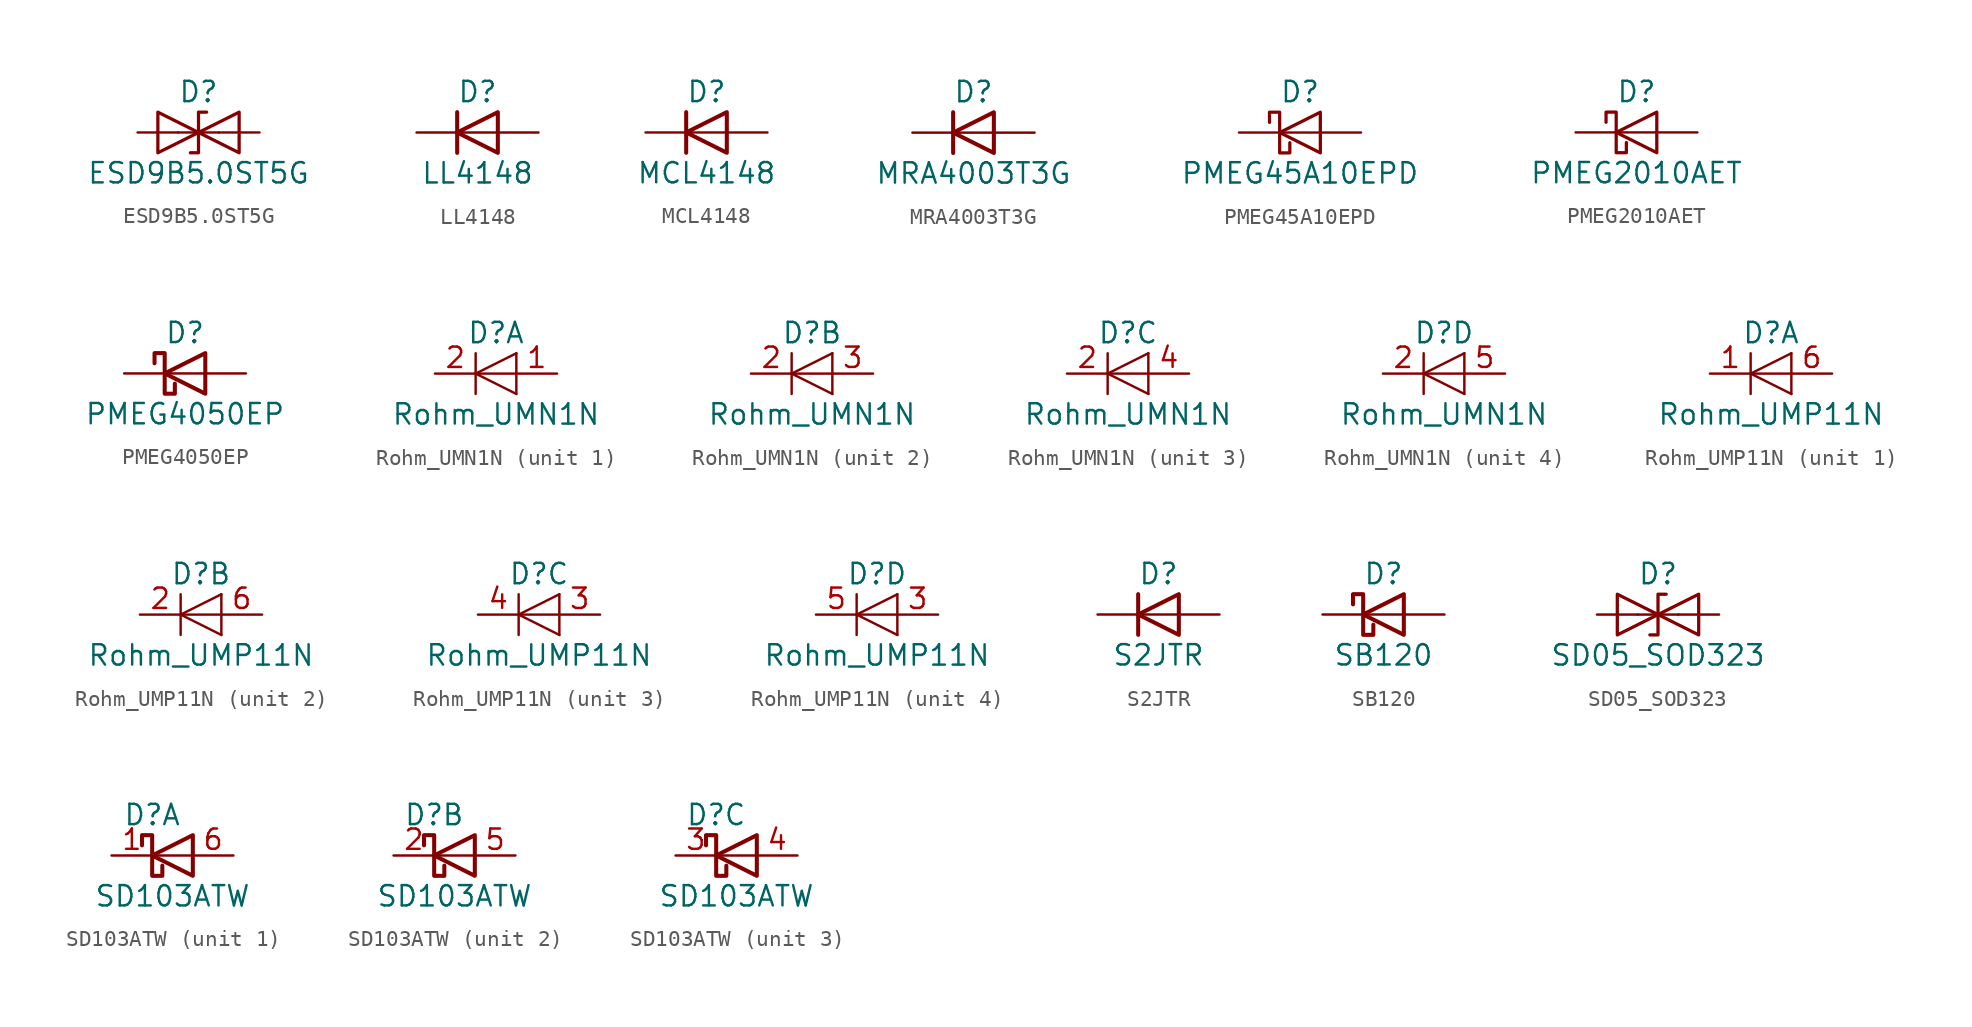
<source format=kicad_sym>
(kicad_symbol_lib
  (version 20211014)
  (generator kicad_symbol_editor)
  (symbol "ESD9B5.0ST5G"
    (pin_numbers hide)
    (pin_names
      (offset 1.016) hide)
    (property "Reference" "D"
      (at 0 2.54 0)
      (effects (font (size 1.27 1.27))))
    (property "Value" "ESD9B5.0ST5G"
      (at 0 -2.54 0)
      (effects (font (size 1.27 1.27))))
    (symbol "ESD9B5.0ST5G_0_1"
      (polyline (pts (xy 1.27 0) (xy -1.27 0)) (stroke (width 0) (type default) (color 0 0 0 0)) (fill (type none)))
      (polyline (pts (xy -2.54 -1.27) (xy 0 0) (xy -2.54 1.27) (xy -2.54 -1.27)) (stroke (width 0.203) (type default) (color 0 0 0 0)) (fill (type none)))
      (polyline (pts (xy 0.508 1.27) (xy 0 1.27) (xy 0 -1.27) (xy -0.508 -1.27)) (stroke (width 0.203) (type default) (color 0 0 0 0)) (fill (type none)))
      (polyline (pts (xy 2.54 1.27) (xy 2.54 -1.27) (xy 0 0) (xy 2.54 1.27)) (stroke (width 0.203) (type default) (color 0 0 0 0)) (fill (type none))))
    (symbol "ESD9B5.0ST5G_1_1"
      (pin passive line (at -3.81 0 0) (length 2.54) (name "A1" (effects (font (size 1.27 1.27)))) (number "1" (effects (font (size 1.27 1.27)))))
      (pin passive line (at 3.81 0 180) (length 2.54) (name "A2" (effects (font (size 1.27 1.27)))) (number "2" (effects (font (size 1.27 1.27)))))))
  (symbol "LL4148"
    (pin_numbers hide)
    (pin_names
      (offset 1.016) hide)
    (property "Reference" "D"
      (at 0 2.54 0)
      (effects (font (size 1.27 1.27))))
    (property "Value" "LL4148"
      (at 0 -2.54 0)
      (effects (font (size 1.27 1.27))))
    (symbol "LL4148_0_1"
      (polyline (pts (xy -1.27 1.27) (xy -1.27 -1.27)) (stroke (width 0.254) (type default) (color 0 0 0 0)) (fill (type none)))
      (polyline (pts (xy 1.27 0) (xy -1.27 0)) (stroke (width 0) (type default) (color 0 0 0 0)) (fill (type none)))
      (polyline (pts (xy 1.27 1.27) (xy 1.27 -1.27) (xy -1.27 0) (xy 1.27 1.27)) (stroke (width 0.254) (type default) (color 0 0 0 0)) (fill (type none))))
    (symbol "LL4148_1_1"
      (pin passive line (at -3.81 0 0) (length 2.54) (name "K" (effects (font (size 1.27 1.27)))) (number "1" (effects (font (size 1.27 1.27)))))
      (pin passive line (at 3.81 0 180) (length 2.54) (name "A" (effects (font (size 1.27 1.27)))) (number "2" (effects (font (size 1.27 1.27)))))))
  (symbol "MCL4148"
    (pin_numbers hide)
    (pin_names hide)
    (property "Reference" "D"
      (at 0 2.54 0)
      (effects (font (size 1.27 1.27))))
    (property "Value" "MCL4148"
      (at 0 -2.54 0)
      (effects (font (size 1.27 1.27))))
    (symbol "MCL4148_0_1"
      (polyline (pts (xy -1.27 1.27) (xy -1.27 -1.27)) (stroke (width 0.254) (type default) (color 0 0 0 0)) (fill (type none)))
      (polyline (pts (xy 1.27 0) (xy -1.27 0)) (stroke (width 0) (type default) (color 0 0 0 0)) (fill (type none)))
      (polyline (pts (xy 1.27 1.27) (xy 1.27 -1.27) (xy -1.27 0) (xy 1.27 1.27)) (stroke (width 0.254) (type default) (color 0 0 0 0)) (fill (type none))))
    (symbol "MCL4148_1_1"
      (pin passive line (at -3.81 0 0) (length 2.54) (name "K" (effects (font (size 1.27 1.27)))) (number "1" (effects (font (size 1.27 1.27)))))
      (pin passive line (at 3.81 0 180) (length 2.54) (name "A" (effects (font (size 1.27 1.27)))) (number "2" (effects (font (size 1.27 1.27)))))))
  (symbol "MRA4003T3G"
    (pin_numbers hide)
    (pin_names
      (offset 1.016) hide)
    (property "Reference" "D"
      (at 0 2.54 0)
      (effects (font (size 1.27 1.27))))
    (property "Value" "MRA4003T3G"
      (at 0 -2.54 0)
      (effects (font (size 1.27 1.27))))
    (symbol "MRA4003T3G_0_1"
      (polyline (pts (xy -1.27 1.27) (xy -1.27 -1.27)) (stroke (width 0.254) (type default) (color 0 0 0 0)) (fill (type none)))
      (polyline (pts (xy 1.27 0) (xy -1.27 0)) (stroke (width 0) (type default) (color 0 0 0 0)) (fill (type none)))
      (polyline (pts (xy 1.27 1.27) (xy 1.27 -1.27) (xy -1.27 0) (xy 1.27 1.27)) (stroke (width 0.254) (type default) (color 0 0 0 0)) (fill (type none))))
    (symbol "MRA4003T3G_1_1"
      (pin passive line (at -3.81 0 0) (length 2.54) (name "K" (effects (font (size 1.27 1.27)))) (number "1" (effects (font (size 1.27 1.27)))))
      (pin passive line (at 3.81 0 180) (length 2.54) (name "A" (effects (font (size 1.27 1.27)))) (number "2" (effects (font (size 1.27 1.27)))))))
  (symbol "PMEG45A10EPD"
    (pin_numbers hide)
    (pin_names hide)
    (property "Reference" "D"
      (at 0 2.54 0)
      (effects (font (size 1.27 1.27))))
    (property "Value" "PMEG45A10EPD"
      (at 0 -2.54 0)
      (effects (font (size 1.27 1.27))))
    (symbol "PMEG45A10EPD_0_1"
      (polyline (pts (xy 1.27 0) (xy -1.27 0)) (stroke (width 0) (type default) (color 0 0 0 0)) (fill (type none)))
      (polyline (pts (xy 1.27 1.27) (xy 1.27 -1.27) (xy -1.27 0) (xy 1.27 1.27)) (stroke (width 0.203) (type default) (color 0 0 0 0)) (fill (type none)))
      (polyline (pts (xy -1.905 0.635) (xy -1.905 1.27) (xy -1.27 1.27) (xy -1.27 -1.27) (xy -0.635 -1.27) (xy -0.635 -0.635)) (stroke (width 0.203) (type default) (color 0 0 0 0)) (fill (type none))))
    (symbol "PMEG45A10EPD_1_1"
      (pin passive line (at 3.81 0 180) (length 2.54) (name "A" (effects (font (size 1.27 1.27)))) (number "1" (effects (font (size 1.27 1.27)))))
      (pin passive line (at 3.81 0 180) (length 2.54) hide (name "A" (effects (font (size 1.27 1.27)))) (number "2" (effects (font (size 1.27 1.27)))))
      (pin passive line (at -3.81 0 0) (length 2.54) (name "K" (effects (font (size 1.27 1.27)))) (number "3" (effects (font (size 1.27 1.27)))))))
  (symbol "PMEG2010AET"
    (pin_numbers hide)
    (pin_names hide)
    (property "Reference" "D"
      (at 0 2.54 0)
      (effects (font (size 1.27 1.27))))
    (property "Value" "PMEG2010AET"
      (at 0 -2.54 0)
      (effects (font (size 1.27 1.27))))
    (symbol "PMEG2010AET_0_1"
      (polyline (pts (xy 1.27 0) (xy -1.27 0)) (stroke (width 0) (type default) (color 0 0 0 0)) (fill (type none)))
      (polyline (pts (xy 1.27 -1.27) (xy 1.27 1.27) (xy -1.27 0) (xy 1.27 -1.27)) (stroke (width 0.203) (type default) (color 0 0 0 0)) (fill (type none)))
      (polyline (pts (xy -1.905 0.635) (xy -1.905 1.27) (xy -1.27 1.27) (xy -1.27 -1.27) (xy -0.635 -1.27) (xy -0.635 -0.635)) (stroke (width 0.203) (type default) (color 0 0 0 0)) (fill (type none))))
    (symbol "PMEG2010AET_1_1"
      (pin passive line (at 3.81 0 180) (length 2.54) (name "A" (effects (font (size 1.27 1.27)))) (number "1" (effects (font (size 1.27 1.27)))))
      (pin no_connect line (at 0 0 180) (length 2.54) hide (name "NC" (effects (font (size 1.27 1.27)))) (number "2" (effects (font (size 1.27 1.27)))))
      (pin passive line (at -3.81 0 0) (length 2.54) (name "K" (effects (font (size 1.27 1.27)))) (number "3" (effects (font (size 1.27 1.27)))))))
  (symbol "PMEG4050EP"
    (pin_numbers hide)
    (pin_names hide)
    (property "Reference" "D"
      (at 0 2.54 0)
      (effects (font (size 1.27 1.27))))
    (property "Value" "PMEG4050EP"
      (at 0 -2.54 0)
      (effects (font (size 1.27 1.27))))
    (symbol "PMEG4050EP_0_1"
      (polyline (pts (xy 1.27 0) (xy -1.27 0)) (stroke (width 0) (type default) (color 0 0 0 0)) (fill (type none)))
      (polyline (pts (xy 1.27 1.27) (xy 1.27 -1.27) (xy -1.27 0) (xy 1.27 1.27)) (stroke (width 0.254) (type default) (color 0 0 0 0)) (fill (type none)))
      (polyline (pts (xy -1.905 0.635) (xy -1.905 1.27) (xy -1.27 1.27) (xy -1.27 -1.27) (xy -0.635 -1.27) (xy -0.635 -0.635)) (stroke (width 0.254) (type default) (color 0 0 0 0)) (fill (type none))))
    (symbol "PMEG4050EP_1_1"
      (pin passive line (at -3.81 0 0) (length 2.54) (name "K" (effects (font (size 1.27 1.27)))) (number "1" (effects (font (size 1.27 1.27)))))
      (pin passive line (at 3.81 0 180) (length 2.54) (name "A" (effects (font (size 1.27 1.27)))) (number "2" (effects (font (size 1.27 1.27)))))))
  (symbol "Rohm_UMN1N"
    (pin_names
      (offset 1.016) hide)
    (property "Reference" "D"
      (at 0 2.54 0)
      (effects (font (size 1.27 1.27))))
    (property "Value" "Rohm_UMN1N"
      (at 0 -2.54 0)
      (effects (font (size 1.27 1.27))))
    (symbol "Rohm_UMN1N_0_1"
      (polyline (pts (xy -1.27 1.27) (xy -1.27 -1.27)) (stroke (width 0.152) (type default) (color 0 0 0 0)) (fill (type none)))
      (polyline (pts (xy 1.27 -1.27) (xy 1.27 1.27)) (stroke (width 0) (type default) (color 0 0 0 0)) (fill (type none)))
      (polyline (pts (xy 1.27 0) (xy -1.27 0)) (stroke (width 0) (type default) (color 0 0 0 0)) (fill (type none)))
      (polyline (pts (xy 1.27 1.27) (xy -1.27 0) (xy 1.27 -1.27)) (stroke (width 0) (type default) (color 0 0 0 0)) (fill (type none))))
    (symbol "Rohm_UMN1N_1_1"
      (pin passive line (at 3.81 0 180) (length 2.54) (name "A" (effects (font (size 1.27 1.27)))) (number "1" (effects (font (size 1.27 1.27)))))
      (pin passive line (at -3.81 0 0) (length 2.54) (name "K" (effects (font (size 1.27 1.27)))) (number "2" (effects (font (size 1.27 1.27))))))
    (symbol "Rohm_UMN1N_2_1"
      (pin passive line (at -3.81 0 0) (length 2.54) (name "K" (effects (font (size 1.27 1.27)))) (number "2" (effects (font (size 1.27 1.27)))))
      (pin passive line (at 3.81 0 180) (length 2.54) (name "A" (effects (font (size 1.27 1.27)))) (number "3" (effects (font (size 1.27 1.27))))))
    (symbol "Rohm_UMN1N_3_1"
      (pin passive line (at -3.81 0 0) (length 2.54) (name "K" (effects (font (size 1.27 1.27)))) (number "2" (effects (font (size 1.27 1.27)))))
      (pin passive line (at 3.81 0 180) (length 2.54) (name "A" (effects (font (size 1.27 1.27)))) (number "4" (effects (font (size 1.27 1.27))))))
    (symbol "Rohm_UMN1N_4_1"
      (pin passive line (at -3.81 0 0) (length 2.54) (name "K" (effects (font (size 1.27 1.27)))) (number "2" (effects (font (size 1.27 1.27)))))
      (pin passive line (at 3.81 0 180) (length 2.54) (name "A" (effects (font (size 1.27 1.27)))) (number "5" (effects (font (size 1.27 1.27)))))))
  (symbol "Rohm_UMP11N"
    (pin_names
      (offset 1.016) hide)
    (property "Reference" "D"
      (at 0 2.54 0)
      (effects (font (size 1.27 1.27))))
    (property "Value" "Rohm_UMP11N"
      (at 0 -2.54 0)
      (effects (font (size 1.27 1.27))))
    (symbol "Rohm_UMP11N_0_1"
      (polyline (pts (xy -1.27 1.27) (xy -1.27 -1.27)) (stroke (width 0.152) (type default) (color 0 0 0 0)) (fill (type none)))
      (polyline (pts (xy 1.27 -1.27) (xy 1.27 1.27)) (stroke (width 0) (type default) (color 0 0 0 0)) (fill (type none)))
      (polyline (pts (xy 1.27 0) (xy -1.27 0)) (stroke (width 0) (type default) (color 0 0 0 0)) (fill (type none)))
      (polyline (pts (xy 1.27 1.27) (xy -1.27 0) (xy 1.27 -1.27)) (stroke (width 0) (type default) (color 0 0 0 0)) (fill (type none))))
    (symbol "Rohm_UMP11N_1_1"
      (pin passive line (at -3.81 0 0) (length 2.54) (name "K" (effects (font (size 1.27 1.27)))) (number "1" (effects (font (size 1.27 1.27)))))
      (pin passive line (at 3.81 0 180) (length 2.54) (name "A" (effects (font (size 1.27 1.27)))) (number "6" (effects (font (size 1.27 1.27))))))
    (symbol "Rohm_UMP11N_2_1"
      (pin passive line (at -3.81 0 0) (length 2.54) (name "K" (effects (font (size 1.27 1.27)))) (number "2" (effects (font (size 1.27 1.27)))))
      (pin passive line (at 3.81 0 180) (length 2.54) (name "A" (effects (font (size 1.27 1.27)))) (number "6" (effects (font (size 1.27 1.27))))))
    (symbol "Rohm_UMP11N_3_1"
      (pin passive line (at 3.81 0 180) (length 2.54) (name "A" (effects (font (size 1.27 1.27)))) (number "3" (effects (font (size 1.27 1.27)))))
      (pin passive line (at -3.81 0 0) (length 2.54) (name "K" (effects (font (size 1.27 1.27)))) (number "4" (effects (font (size 1.27 1.27))))))
    (symbol "Rohm_UMP11N_4_1"
      (pin passive line (at 3.81 0 180) (length 2.54) (name "A" (effects (font (size 1.27 1.27)))) (number "3" (effects (font (size 1.27 1.27)))))
      (pin passive line (at -3.81 0 0) (length 2.54) (name "K" (effects (font (size 1.27 1.27)))) (number "5" (effects (font (size 1.27 1.27)))))))
  (symbol "S2JTR"
    (pin_numbers hide)
    (pin_names
      (offset 1.016) hide)
    (property "Reference" "D"
      (at 0 2.54 0)
      (effects (font (size 1.27 1.27))))
    (property "Value" "S2JTR"
      (at 0 -2.54 0)
      (effects (font (size 1.27 1.27))))
    (symbol "S2JTR_0_1"
      (polyline (pts (xy -1.27 1.27) (xy -1.27 -1.27)) (stroke (width 0.254) (type default) (color 0 0 0 0)) (fill (type none)))
      (polyline (pts (xy 1.27 0) (xy -1.27 0)) (stroke (width 0) (type default) (color 0 0 0 0)) (fill (type none)))
      (polyline (pts (xy 1.27 1.27) (xy 1.27 -1.27) (xy -1.27 0) (xy 1.27 1.27)) (stroke (width 0.254) (type default) (color 0 0 0 0)) (fill (type none))))
    (symbol "S2JTR_1_1"
      (pin passive line (at -3.81 0 0) (length 2.54) (name "K" (effects (font (size 1.27 1.27)))) (number "1" (effects (font (size 1.27 1.27)))))
      (pin passive line (at 3.81 0 180) (length 2.54) (name "A" (effects (font (size 1.27 1.27)))) (number "2" (effects (font (size 1.27 1.27)))))))
  (symbol "SB120"
    (pin_numbers hide)
    (pin_names
      (offset 1.016) hide)
    (property "Reference" "D"
      (at 0 2.54 0)
      (effects (font (size 1.27 1.27))))
    (property "Value" "SB120"
      (at 0 -2.54 0)
      (effects (font (size 1.27 1.27))))
    (symbol "SB120_0_1"
      (polyline (pts (xy 1.27 0) (xy -1.27 0)) (stroke (width 0) (type default) (color 0 0 0 0)) (fill (type none)))
      (polyline (pts (xy 1.27 1.27) (xy 1.27 -1.27) (xy -1.27 0) (xy 1.27 1.27)) (stroke (width 0.254) (type default) (color 0 0 0 0)) (fill (type none)))
      (polyline (pts (xy -1.905 0.635) (xy -1.905 1.27) (xy -1.27 1.27) (xy -1.27 -1.27) (xy -0.635 -1.27) (xy -0.635 -0.635)) (stroke (width 0.254) (type default) (color 0 0 0 0)) (fill (type none))))
    (symbol "SB120_1_1"
      (pin passive line (at -3.81 0 0) (length 2.54) (name "K" (effects (font (size 1.27 1.27)))) (number "1" (effects (font (size 1.27 1.27)))))
      (pin passive line (at 3.81 0 180) (length 2.54) (name "A" (effects (font (size 1.27 1.27)))) (number "2" (effects (font (size 1.27 1.27)))))))
  (symbol "SD05_SOD323"
    (pin_numbers hide)
    (pin_names
      (offset 1.016) hide)
    (property "Reference" "D"
      (at 0 2.54 0)
      (effects (font (size 1.27 1.27))))
    (property "Value" "SD05_SOD323"
      (at 0 -2.54 0)
      (effects (font (size 1.27 1.27))))
    (symbol "SD05_SOD323_0_1"
      (polyline (pts (xy 1.27 0) (xy -1.27 0)) (stroke (width 0) (type default) (color 0 0 0 0)) (fill (type none)))
      (polyline (pts (xy -2.54 -1.27) (xy 0 0) (xy -2.54 1.27) (xy -2.54 -1.27)) (stroke (width 0.203) (type default) (color 0 0 0 0)) (fill (type none)))
      (polyline (pts (xy 0.508 1.27) (xy 0 1.27) (xy 0 -1.27) (xy -0.508 -1.27)) (stroke (width 0.203) (type default) (color 0 0 0 0)) (fill (type none)))
      (polyline (pts (xy 2.54 1.27) (xy 2.54 -1.27) (xy 0 0) (xy 2.54 1.27)) (stroke (width 0.203) (type default) (color 0 0 0 0)) (fill (type none))))
    (symbol "SD05_SOD323_1_1"
      (pin passive line (at -3.81 0 0) (length 2.54) (name "A1" (effects (font (size 1.27 1.27)))) (number "1" (effects (font (size 1.27 1.27)))))
      (pin passive line (at 3.81 0 180) (length 2.54) (name "A2" (effects (font (size 1.27 1.27)))) (number "2" (effects (font (size 1.27 1.27)))))))
  (symbol "SD103ATW"
    (pin_names hide)
    (property "Reference" "D"
      (at -1.27 2.54 0)
      (effects (font (size 1.27 1.27))))
    (property "Value" "SD103ATW"
      (at 0 -2.54 0)
      (effects (font (size 1.27 1.27))))
    (symbol "SD103ATW_0_1"
      (polyline (pts (xy 1.27 0) (xy -1.27 0)) (stroke (width 0) (type default) (color 0 0 0 0)) (fill (type none)))
      (polyline (pts (xy 1.27 1.27) (xy 1.27 -1.27) (xy -1.27 0) (xy 1.27 1.27)) (stroke (width 0.254) (type default) (color 0 0 0 0)) (fill (type none)))
      (polyline (pts (xy -1.905 0.635) (xy -1.905 1.27) (xy -1.27 1.27) (xy -1.27 -1.27) (xy -0.635 -1.27) (xy -0.635 -0.635)) (stroke (width 0.254) (type default) (color 0 0 0 0)) (fill (type none))))
    (symbol "SD103ATW_1_1"
      (pin passive line (at -3.81 0 0) (length 2.54) (name "K" (effects (font (size 1.27 1.27)))) (number "1" (effects (font (size 1.27 1.27)))))
      (pin passive line (at 3.81 0 180) (length 2.54) (name "A" (effects (font (size 1.27 1.27)))) (number "6" (effects (font (size 1.27 1.27))))))
    (symbol "SD103ATW_2_1"
      (pin passive line (at -3.81 0 0) (length 2.54) (name "K" (effects (font (size 1.27 1.27)))) (number "2" (effects (font (size 1.27 1.27)))))
      (pin passive line (at 3.81 0 180) (length 2.54) (name "A" (effects (font (size 1.27 1.27)))) (number "5" (effects (font (size 1.27 1.27))))))
    (symbol "SD103ATW_3_1"
      (pin passive line (at -3.81 0 0) (length 2.54) (name "K" (effects (font (size 1.27 1.27)))) (number "3" (effects (font (size 1.27 1.27)))))
      (pin passive line (at 3.81 0 180) (length 2.54) (name "A" (effects (font (size 1.27 1.27)))) (number "4" (effects (font (size 1.27 1.27))))))))
</source>
